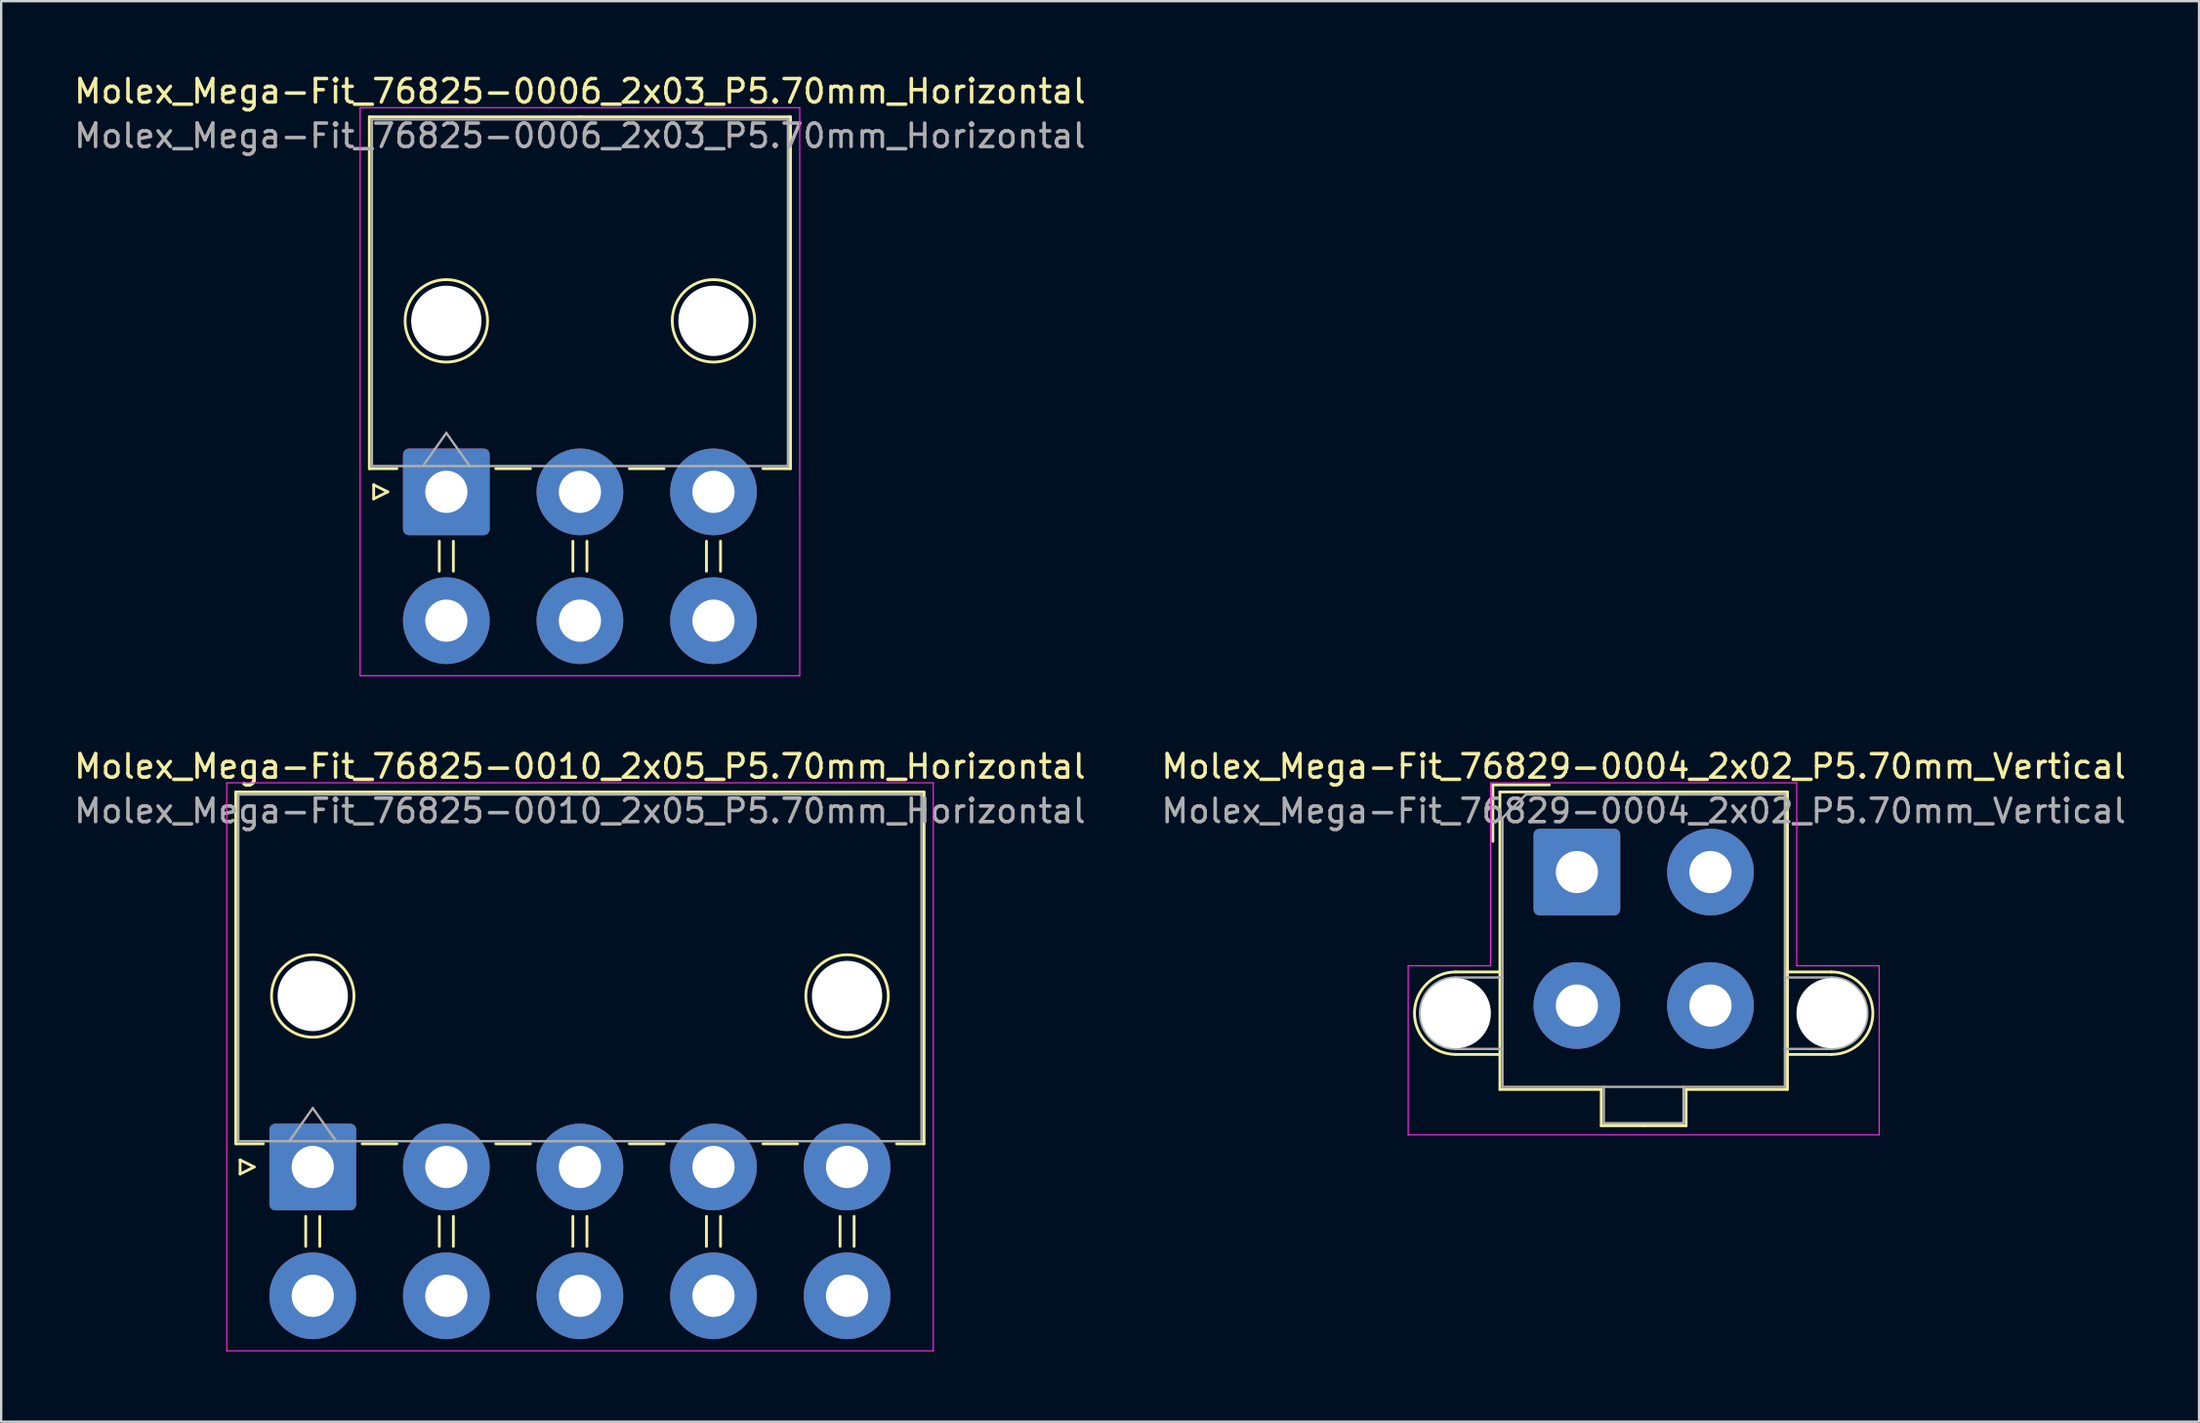
<source format=kicad_pcb>
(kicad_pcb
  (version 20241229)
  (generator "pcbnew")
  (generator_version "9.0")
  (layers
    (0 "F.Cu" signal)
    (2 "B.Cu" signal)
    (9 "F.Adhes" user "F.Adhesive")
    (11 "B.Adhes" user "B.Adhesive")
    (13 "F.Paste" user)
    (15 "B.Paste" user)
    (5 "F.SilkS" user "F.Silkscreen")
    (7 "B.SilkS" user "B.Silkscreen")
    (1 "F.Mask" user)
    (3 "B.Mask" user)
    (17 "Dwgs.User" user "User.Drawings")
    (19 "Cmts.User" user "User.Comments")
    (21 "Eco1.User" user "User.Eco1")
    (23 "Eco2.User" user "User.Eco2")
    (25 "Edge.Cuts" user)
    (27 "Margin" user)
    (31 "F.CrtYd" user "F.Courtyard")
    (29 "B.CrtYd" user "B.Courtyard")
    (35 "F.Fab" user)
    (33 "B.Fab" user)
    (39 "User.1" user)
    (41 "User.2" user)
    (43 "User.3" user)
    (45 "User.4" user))
  (footprint "Molex_Mega-Fit_76829-0004_2x02_P5.70mm_Vertical"
    (layer "F.Cu")
    (at 64.239 34.181)
    (property "Reference" "Molex_Mega-Fit_76829-0004_2x02_P5.70mm_Vertical" (at 2.85 -4.51 0) (layer "F.SilkS") (effects (font (size 1 1) (thickness 0.15))))
    (attr through_hole)
    (fp_line (start -5.17 4.265) (end -3.285 4.265) (stroke (width 0.12) (type solid)) (layer "F.SilkS"))
    (fp_line (start -5.17 7.785) (end -3.285 7.785) (stroke (width 0.12) (type solid)) (layer "F.SilkS"))
    (fp_line (start -3.585 -3.72) (end -1.175 -3.72) (stroke (width 0.12) (type solid)) (layer "F.SilkS"))
    (fp_line (start -3.585 -1.31) (end -3.585 -3.72) (stroke (width 0.12) (type solid)) (layer "F.SilkS"))
    (fp_line (start -3.285 -3.42) (end -3.285 9.28) (stroke (width 0.12) (type solid)) (layer "F.SilkS"))
    (fp_line (start -3.285 9.28) (end 1.04 9.28) (stroke (width 0.12) (type solid)) (layer "F.SilkS"))
    (fp_line (start 1.04 9.28) (end 1.04 10.83) (stroke (width 0.12) (type solid)) (layer "F.SilkS"))
    (fp_line (start 1.04 10.83) (end 2.85 10.83) (stroke (width 0.12) (type solid)) (layer "F.SilkS"))
    (fp_line (start 2.85 -3.42) (end -3.285 -3.42) (stroke (width 0.12) (type solid)) (layer "F.SilkS"))
    (fp_line (start 2.85 -3.42) (end 8.985 -3.42) (stroke (width 0.12) (type solid)) (layer "F.SilkS"))
    (fp_line (start 4.66 9.28) (end 4.66 10.83) (stroke (width 0.12) (type solid)) (layer "F.SilkS"))
    (fp_line (start 4.66 10.83) (end 2.85 10.83) (stroke (width 0.12) (type solid)) (layer "F.SilkS"))
    (fp_line (start 8.985 -3.42) (end 8.985 9.28) (stroke (width 0.12) (type solid)) (layer "F.SilkS"))
    (fp_line (start 8.985 9.28) (end 4.66 9.28) (stroke (width 0.12) (type solid)) (layer "F.SilkS"))
    (fp_line (start 10.87 4.265) (end 8.985 4.265) (stroke (width 0.12) (type solid)) (layer "F.SilkS"))
    (fp_line (start 10.87 7.785) (end 8.985 7.785) (stroke (width 0.12) (type solid)) (layer "F.SilkS"))
    (fp_arc (start -5.17 7.785) (mid -6.93 6.025) (end -5.17 4.265) (stroke (width 0.12) (type solid)) (layer "F.SilkS"))
    (fp_arc (start 10.87 4.265) (mid 12.63 6.025) (end 10.87 7.785) (stroke (width 0.12) (type solid)) (layer "F.SilkS"))
    (fp_line (start -7.2 4) (end -7.2 11.22) (stroke (width 0.05) (type solid)) (layer "F.CrtYd"))
    (fp_line (start -7.2 11.22) (end 12.9 11.22) (stroke (width 0.05) (type solid)) (layer "F.CrtYd"))
    (fp_line (start -3.68 -3.81) (end -3.68 4) (stroke (width 0.05) (type solid)) (layer "F.CrtYd"))
    (fp_line (start -3.68 4) (end -7.2 4) (stroke (width 0.05) (type solid)) (layer "F.CrtYd"))
    (fp_line (start 9.38 -3.81) (end -3.68 -3.81) (stroke (width 0.05) (type solid)) (layer "F.CrtYd"))
    (fp_line (start 9.38 4) (end 9.38 -3.81) (stroke (width 0.05) (type solid)) (layer "F.CrtYd"))
    (fp_line (start 12.9 4) (end 9.38 4) (stroke (width 0.05) (type solid)) (layer "F.CrtYd"))
    (fp_line (start 12.9 11.22) (end 12.9 4) (stroke (width 0.05) (type solid)) (layer "F.CrtYd"))
    (fp_line (start -5.17 4.5) (end -3.175 4.5) (stroke (width 0.1) (type solid)) (layer "F.Fab"))
    (fp_line (start -5.17 7.55) (end -3.175 7.55) (stroke (width 0.1) (type solid)) (layer "F.Fab"))
    (fp_line (start -3.175 -2.31) (end -3.175 9.17) (stroke (width 0.1) (type solid)) (layer "F.Fab"))
    (fp_line (start -3.175 9.17) (end 8.875 9.17) (stroke (width 0.1) (type solid)) (layer "F.Fab"))
    (fp_line (start -2.175 -3.31) (end -3.175 -2.31) (stroke (width 0.1) (type solid)) (layer "F.Fab"))
    (fp_line (start 1.15 9.17) (end 1.15 10.72) (stroke (width 0.1) (type solid)) (layer "F.Fab"))
    (fp_line (start 1.15 10.72) (end 4.55 10.72) (stroke (width 0.1) (type solid)) (layer "F.Fab"))
    (fp_line (start 4.55 10.72) (end 4.55 9.17) (stroke (width 0.1) (type solid)) (layer "F.Fab"))
    (fp_line (start 8.875 -3.31) (end -2.175 -3.31) (stroke (width 0.1) (type solid)) (layer "F.Fab"))
    (fp_line (start 8.875 9.17) (end 8.875 -3.31) (stroke (width 0.1) (type solid)) (layer "F.Fab"))
    (fp_line (start 10.87 4.5) (end 8.875 4.5) (stroke (width 0.1) (type solid)) (layer "F.Fab"))
    (fp_line (start 10.87 7.55) (end 8.875 7.55) (stroke (width 0.1) (type solid)) (layer "F.Fab"))
    (fp_arc (start -5.17 7.55) (mid -6.695 6.025) (end -5.17 4.5) (stroke (width 0.1) (type solid)) (layer "F.Fab"))
    (fp_arc (start 10.87 4.5) (mid 12.395 6.025) (end 10.87 7.55) (stroke (width 0.1) (type solid)) (layer "F.Fab"))
    (fp_text user "${REFERENCE}" (at 2.85 -2.61 0) (layer "F.Fab") (effects (font (size 1 1) (thickness 0.15))))
    (pad "" np_thru_hole circle (at -5.17 6.025) (size 3 3) (drill 3) (layers "*.Cu" "*.Mask"))
    (pad "" np_thru_hole circle (at 10.87 6.025) (size 3 3) (drill 3) (layers "*.Cu" "*.Mask"))
    (pad "1" thru_hole roundrect (at 0 0) (size 3.7 3.7) (drill 1.8) (layers "*.Cu" "*.Mask") (roundrect_rratio 0.068))
    (pad "2" thru_hole circle (at 5.7 0) (size 3.7 3.7) (drill 1.8) (layers "*.Cu" "*.Mask"))
    (pad "3" thru_hole circle (at 0 5.7) (size 3.7 3.7) (drill 1.8) (layers "*.Cu" "*.Mask"))
    (pad "4" thru_hole circle (at 5.7 5.7) (size 3.7 3.7) (drill 1.8) (layers "*.Cu" "*.Mask")))
  (footprint "Molex_Mega-Fit_76825-0006_2x03_P5.70mm_Horizontal"
    (layer "F.Cu")
    (at 15.996 17.948)
    (property "Reference" "Molex_Mega-Fit_76825-0006_2x03_P5.70mm_Horizontal" (at 5.7 -17.1 0) (layer "F.SilkS") (effects (font (size 1 1) (thickness 0.15))))
    (attr through_hole)
    (fp_line (start -3.285 -16.01) (end -3.285 -0.99) (stroke (width 0.12) (type solid)) (layer "F.SilkS"))
    (fp_line (start -3.285 -0.99) (end -2.11 -0.99) (stroke (width 0.12) (type solid)) (layer "F.SilkS"))
    (fp_line (start -3.1 -0.3) (end -2.5 0) (stroke (width 0.12) (type solid)) (layer "F.SilkS"))
    (fp_line (start -3.1 0.3) (end -3.1 -0.3) (stroke (width 0.12) (type solid)) (layer "F.SilkS"))
    (fp_line (start -2.5 0) (end -3.1 0.3) (stroke (width 0.12) (type solid)) (layer "F.SilkS"))
    (fp_line (start -0.3 2.11) (end -0.3 3.39) (stroke (width 0.12) (type solid)) (layer "F.SilkS"))
    (fp_line (start 0.3 2.11) (end 0.3 3.39) (stroke (width 0.12) (type solid)) (layer "F.SilkS"))
    (fp_line (start 2.11 -0.99) (end 3.59 -0.99) (stroke (width 0.12) (type solid)) (layer "F.SilkS"))
    (fp_line (start 5.4 2.11) (end 5.4 3.39) (stroke (width 0.12) (type solid)) (layer "F.SilkS"))
    (fp_line (start 5.7 -16.01) (end -3.285 -16.01) (stroke (width 0.12) (type solid)) (layer "F.SilkS"))
    (fp_line (start 5.7 -16.01) (end 14.685 -16.01) (stroke (width 0.12) (type solid)) (layer "F.SilkS"))
    (fp_line (start 6 2.11) (end 6 3.39) (stroke (width 0.12) (type solid)) (layer "F.SilkS"))
    (fp_line (start 7.81 -0.99) (end 9.29 -0.99) (stroke (width 0.12) (type solid)) (layer "F.SilkS"))
    (fp_line (start 11.1 2.11) (end 11.1 3.39) (stroke (width 0.12) (type solid)) (layer "F.SilkS"))
    (fp_line (start 11.7 2.11) (end 11.7 3.39) (stroke (width 0.12) (type solid)) (layer "F.SilkS"))
    (fp_line (start 14.685 -16.01) (end 14.685 -0.99) (stroke (width 0.12) (type solid)) (layer "F.SilkS"))
    (fp_line (start 14.685 -0.99) (end 13.51 -0.99) (stroke (width 0.12) (type solid)) (layer "F.SilkS"))
    (fp_circle (center 0 -7.3) (end 1.76 -7.3) (stroke (width 0.12) (type solid)) (fill no) (layer "F.SilkS"))
    (fp_circle (center 11.4 -7.3) (end 13.16 -7.3) (stroke (width 0.12) (type solid)) (fill no) (layer "F.SilkS"))
    (fp_line (start -3.68 -16.4) (end -3.68 7.85) (stroke (width 0.05) (type solid)) (layer "F.CrtYd"))
    (fp_line (start -3.68 7.85) (end 15.08 7.85) (stroke (width 0.05) (type solid)) (layer "F.CrtYd"))
    (fp_line (start 15.08 -16.4) (end -3.68 -16.4) (stroke (width 0.05) (type solid)) (layer "F.CrtYd"))
    (fp_line (start 15.08 7.85) (end 15.08 -16.4) (stroke (width 0.05) (type solid)) (layer "F.CrtYd"))
    (fp_line (start -3.175 -15.9) (end -3.175 -1.1) (stroke (width 0.1) (type solid)) (layer "F.Fab"))
    (fp_line (start -3.175 -1.1) (end 14.575 -1.1) (stroke (width 0.1) (type solid)) (layer "F.Fab"))
    (fp_line (start -1 -1.1) (end 0 -2.514) (stroke (width 0.1) (type solid)) (layer "F.Fab"))
    (fp_line (start 0 -2.514) (end 1 -1.1) (stroke (width 0.1) (type solid)) (layer "F.Fab"))
    (fp_line (start 14.575 -15.9) (end -3.175 -15.9) (stroke (width 0.1) (type solid)) (layer "F.Fab"))
    (fp_line (start 14.575 -1.1) (end 14.575 -15.9) (stroke (width 0.1) (type solid)) (layer "F.Fab"))
    (fp_text user "${REFERENCE}" (at 5.7 -15.2 0) (layer "F.Fab") (effects (font (size 1 1) (thickness 0.15))))
    (pad "" np_thru_hole circle (at 0 -7.3) (size 3 3) (drill 3) (layers "*.Cu" "*.Mask"))
    (pad "" np_thru_hole circle (at 11.4 -7.3) (size 3 3) (drill 3) (layers "*.Cu" "*.Mask"))
    (pad "1" thru_hole roundrect (at 0 0) (size 3.7 3.7) (drill 1.8) (layers "*.Cu" "*.Mask") (roundrect_rratio 0.068))
    (pad "2" thru_hole circle (at 5.7 0) (size 3.7 3.7) (drill 1.8) (layers "*.Cu" "*.Mask"))
    (pad "3" thru_hole circle (at 11.4 0) (size 3.7 3.7) (drill 1.8) (layers "*.Cu" "*.Mask"))
    (pad "4" thru_hole circle (at 0 5.5) (size 3.7 3.7) (drill 1.8) (layers "*.Cu" "*.Mask"))
    (pad "5" thru_hole circle (at 5.7 5.5) (size 3.7 3.7) (drill 1.8) (layers "*.Cu" "*.Mask"))
    (pad "6" thru_hole circle (at 11.4 5.5) (size 3.7 3.7) (drill 1.8) (layers "*.Cu" "*.Mask")))
  (footprint "Molex_Mega-Fit_76825-0010_2x05_P5.70mm_Horizontal"
    (layer "F.Cu")
    (at 10.296 46.772)
    (property "Reference" "Molex_Mega-Fit_76825-0010_2x05_P5.70mm_Horizontal" (at 11.4 -17.1 0) (layer "F.SilkS") (effects (font (size 1 1) (thickness 0.15))))
    (attr through_hole)
    (fp_line (start -3.285 -16.01) (end -3.285 -0.99) (stroke (width 0.12) (type solid)) (layer "F.SilkS"))
    (fp_line (start -3.285 -0.99) (end -2.11 -0.99) (stroke (width 0.12) (type solid)) (layer "F.SilkS"))
    (fp_line (start -3.1 -0.3) (end -2.5 0) (stroke (width 0.12) (type solid)) (layer "F.SilkS"))
    (fp_line (start -3.1 0.3) (end -3.1 -0.3) (stroke (width 0.12) (type solid)) (layer "F.SilkS"))
    (fp_line (start -2.5 0) (end -3.1 0.3) (stroke (width 0.12) (type solid)) (layer "F.SilkS"))
    (fp_line (start -0.3 2.11) (end -0.3 3.39) (stroke (width 0.12) (type solid)) (layer "F.SilkS"))
    (fp_line (start 0.3 2.11) (end 0.3 3.39) (stroke (width 0.12) (type solid)) (layer "F.SilkS"))
    (fp_line (start 2.11 -0.99) (end 3.59 -0.99) (stroke (width 0.12) (type solid)) (layer "F.SilkS"))
    (fp_line (start 5.4 2.11) (end 5.4 3.39) (stroke (width 0.12) (type solid)) (layer "F.SilkS"))
    (fp_line (start 6 2.11) (end 6 3.39) (stroke (width 0.12) (type solid)) (layer "F.SilkS"))
    (fp_line (start 7.81 -0.99) (end 9.29 -0.99) (stroke (width 0.12) (type solid)) (layer "F.SilkS"))
    (fp_line (start 11.1 2.11) (end 11.1 3.39) (stroke (width 0.12) (type solid)) (layer "F.SilkS"))
    (fp_line (start 11.4 -16.01) (end -3.285 -16.01) (stroke (width 0.12) (type solid)) (layer "F.SilkS"))
    (fp_line (start 11.4 -16.01) (end 26.085 -16.01) (stroke (width 0.12) (type solid)) (layer "F.SilkS"))
    (fp_line (start 11.7 2.11) (end 11.7 3.39) (stroke (width 0.12) (type solid)) (layer "F.SilkS"))
    (fp_line (start 13.51 -0.99) (end 14.99 -0.99) (stroke (width 0.12) (type solid)) (layer "F.SilkS"))
    (fp_line (start 16.8 2.11) (end 16.8 3.39) (stroke (width 0.12) (type solid)) (layer "F.SilkS"))
    (fp_line (start 17.4 2.11) (end 17.4 3.39) (stroke (width 0.12) (type solid)) (layer "F.SilkS"))
    (fp_line (start 19.21 -0.99) (end 20.69 -0.99) (stroke (width 0.12) (type solid)) (layer "F.SilkS"))
    (fp_line (start 22.5 2.11) (end 22.5 3.39) (stroke (width 0.12) (type solid)) (layer "F.SilkS"))
    (fp_line (start 23.1 2.11) (end 23.1 3.39) (stroke (width 0.12) (type solid)) (layer "F.SilkS"))
    (fp_line (start 26.085 -16.01) (end 26.085 -0.99) (stroke (width 0.12) (type solid)) (layer "F.SilkS"))
    (fp_line (start 26.085 -0.99) (end 24.91 -0.99) (stroke (width 0.12) (type solid)) (layer "F.SilkS"))
    (fp_circle (center 0 -7.3) (end 1.76 -7.3) (stroke (width 0.12) (type solid)) (fill no) (layer "F.SilkS"))
    (fp_circle (center 22.8 -7.3) (end 24.56 -7.3) (stroke (width 0.12) (type solid)) (fill no) (layer "F.SilkS"))
    (fp_line (start -3.67 -16.4) (end -3.67 7.85) (stroke (width 0.05) (type solid)) (layer "F.CrtYd"))
    (fp_line (start -3.67 7.85) (end 26.48 7.85) (stroke (width 0.05) (type solid)) (layer "F.CrtYd"))
    (fp_line (start 26.48 -16.4) (end -3.67 -16.4) (stroke (width 0.05) (type solid)) (layer "F.CrtYd"))
    (fp_line (start 26.48 7.85) (end 26.48 -16.4) (stroke (width 0.05) (type solid)) (layer "F.CrtYd"))
    (fp_line (start -3.175 -15.9) (end -3.175 -1.1) (stroke (width 0.1) (type solid)) (layer "F.Fab"))
    (fp_line (start -3.175 -1.1) (end 25.975 -1.1) (stroke (width 0.1) (type solid)) (layer "F.Fab"))
    (fp_line (start -1 -1.1) (end 0 -2.514) (stroke (width 0.1) (type solid)) (layer "F.Fab"))
    (fp_line (start 0 -2.514) (end 1 -1.1) (stroke (width 0.1) (type solid)) (layer "F.Fab"))
    (fp_line (start 25.975 -15.9) (end -3.175 -15.9) (stroke (width 0.1) (type solid)) (layer "F.Fab"))
    (fp_line (start 25.975 -1.1) (end 25.975 -15.9) (stroke (width 0.1) (type solid)) (layer "F.Fab"))
    (fp_text user "${REFERENCE}" (at 11.4 -15.2 0) (layer "F.Fab") (effects (font (size 1 1) (thickness 0.15))))
    (pad "" np_thru_hole circle (at 0 -7.3) (size 3 3) (drill 3) (layers "*.Cu" "*.Mask"))
    (pad "" np_thru_hole circle (at 22.8 -7.3) (size 3 3) (drill 3) (layers "*.Cu" "*.Mask"))
    (pad "1" thru_hole roundrect (at 0 0) (size 3.7 3.7) (drill 1.8) (layers "*.Cu" "*.Mask") (roundrect_rratio 0.068))
    (pad "2" thru_hole circle (at 5.7 0) (size 3.7 3.7) (drill 1.8) (layers "*.Cu" "*.Mask"))
    (pad "3" thru_hole circle (at 11.4 0) (size 3.7 3.7) (drill 1.8) (layers "*.Cu" "*.Mask"))
    (pad "4" thru_hole circle (at 17.1 0) (size 3.7 3.7) (drill 1.8) (layers "*.Cu" "*.Mask"))
    (pad "5" thru_hole circle (at 22.8 0) (size 3.7 3.7) (drill 1.8) (layers "*.Cu" "*.Mask"))
    (pad "6" thru_hole circle (at 0 5.5) (size 3.7 3.7) (drill 1.8) (layers "*.Cu" "*.Mask"))
    (pad "7" thru_hole circle (at 5.7 5.5) (size 3.7 3.7) (drill 1.8) (layers "*.Cu" "*.Mask"))
    (pad "8" thru_hole circle (at 11.4 5.5) (size 3.7 3.7) (drill 1.8) (layers "*.Cu" "*.Mask"))
    (pad "9" thru_hole circle (at 17.1 5.5) (size 3.7 3.7) (drill 1.8) (layers "*.Cu" "*.Mask"))
    (pad "10" thru_hole circle (at 22.8 5.5) (size 3.7 3.7) (drill 1.8) (layers "*.Cu" "*.Mask")))
  (gr_rect
    (start -3 -3)
    (end 90.786 57.647)
    (stroke (width 0.1) (type default))
    (fill no)
    (layer "Edge.Cuts")))
</source>
